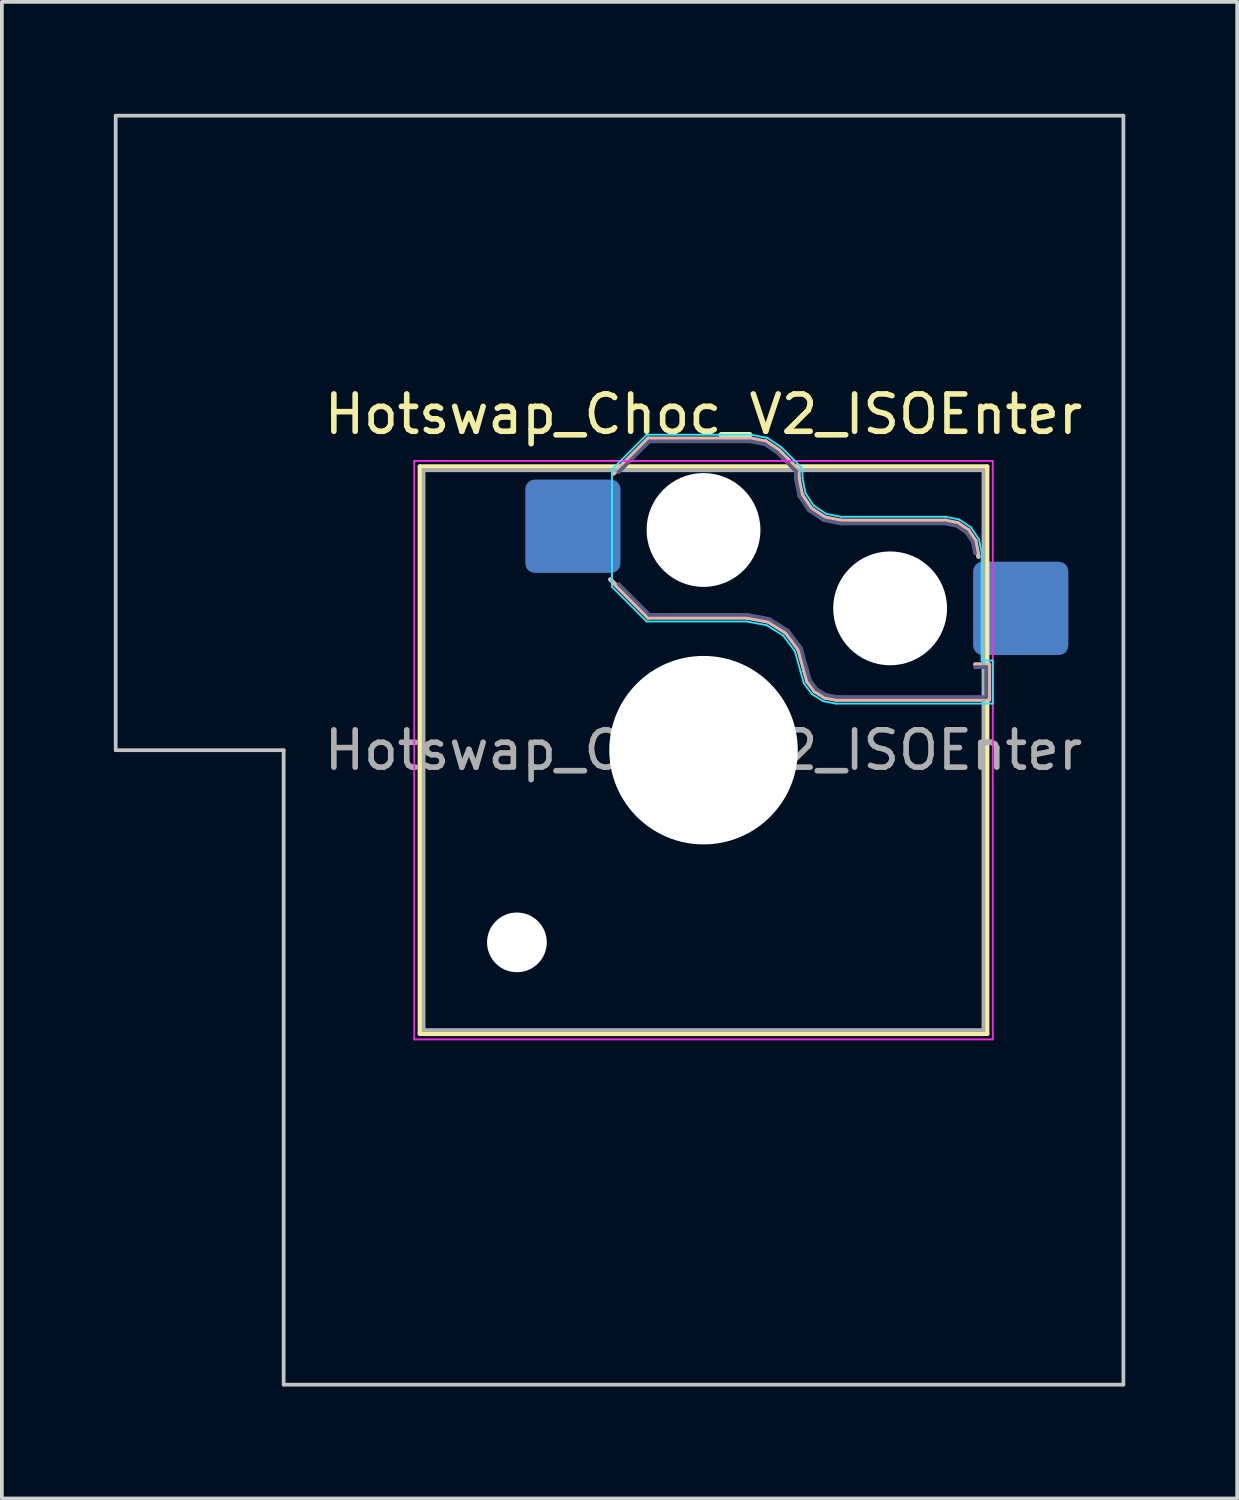
<source format=kicad_pcb>
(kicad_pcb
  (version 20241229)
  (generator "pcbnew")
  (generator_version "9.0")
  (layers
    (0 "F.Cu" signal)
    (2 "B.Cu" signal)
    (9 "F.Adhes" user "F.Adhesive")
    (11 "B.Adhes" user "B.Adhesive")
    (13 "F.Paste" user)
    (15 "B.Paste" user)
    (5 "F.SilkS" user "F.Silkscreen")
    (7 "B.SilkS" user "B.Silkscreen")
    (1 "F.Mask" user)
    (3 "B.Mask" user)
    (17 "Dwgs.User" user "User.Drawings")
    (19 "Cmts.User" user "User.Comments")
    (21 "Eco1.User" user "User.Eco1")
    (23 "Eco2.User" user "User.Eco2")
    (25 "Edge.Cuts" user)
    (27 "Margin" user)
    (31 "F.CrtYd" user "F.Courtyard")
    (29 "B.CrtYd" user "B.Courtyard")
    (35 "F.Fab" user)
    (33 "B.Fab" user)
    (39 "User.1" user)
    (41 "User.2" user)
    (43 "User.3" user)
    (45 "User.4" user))
  (footprint "Hotswap_Choc_V2_ISOEnter"
    (layer "F.Cu")
    (at 15.8 17.05)
    (property "Reference" "Hotswap_Choc_V2_ISOEnter" (at 0 -9 0) (layer "F.SilkS") (effects (font (size 1 1) (thickness 0.15))))
    (attr smd)
    (fp_line (start -7.6 -7.6) (end -7.6 7.6) (stroke (width 0.12) (type solid)) (layer "F.SilkS"))
    (fp_line (start -7.6 7.6) (end 7.6 7.6) (stroke (width 0.12) (type solid)) (layer "F.SilkS"))
    (fp_line (start 7.6 -7.6) (end -7.6 -7.6) (stroke (width 0.12) (type solid)) (layer "F.SilkS"))
    (fp_line (start 7.6 7.6) (end 7.6 -7.6) (stroke (width 0.12) (type solid)) (layer "F.SilkS"))
    (fp_line (start -2.416 -7.409) (end -1.479 -8.346) (stroke (width 0.12) (type solid)) (layer "B.SilkS"))
    (fp_line (start -1.479 -8.346) (end 1.268 -8.346) (stroke (width 0.12) (type solid)) (layer "B.SilkS"))
    (fp_line (start -1.479 -3.554) (end -2.5 -4.575) (stroke (width 0.12) (type solid)) (layer "B.SilkS"))
    (fp_line (start 1.168 -3.554) (end -1.479 -3.554) (stroke (width 0.12) (type solid)) (layer "B.SilkS"))
    (fp_line (start 1.268 -8.346) (end 1.671 -8.266) (stroke (width 0.12) (type solid)) (layer "B.SilkS"))
    (fp_line (start 1.671 -8.266) (end 2.013 -8.037) (stroke (width 0.12) (type solid)) (layer "B.SilkS"))
    (fp_line (start 1.73 -3.449) (end 1.168 -3.554) (stroke (width 0.12) (type solid)) (layer "B.SilkS"))
    (fp_line (start 2.013 -8.037) (end 2.546 -7.504) (stroke (width 0.12) (type solid)) (layer "B.SilkS"))
    (fp_line (start 2.209 -3.15) (end 1.73 -3.449) (stroke (width 0.12) (type solid)) (layer "B.SilkS"))
    (fp_line (start 2.546 -7.504) (end 2.546 -7.282) (stroke (width 0.12) (type solid)) (layer "B.SilkS"))
    (fp_line (start 2.546 -7.282) (end 2.633 -6.844) (stroke (width 0.12) (type solid)) (layer "B.SilkS"))
    (fp_line (start 2.547 -2.697) (end 2.209 -3.15) (stroke (width 0.12) (type solid)) (layer "B.SilkS"))
    (fp_line (start 2.633 -6.844) (end 2.877 -6.477) (stroke (width 0.12) (type solid)) (layer "B.SilkS"))
    (fp_line (start 2.701 -2.139) (end 2.547 -2.697) (stroke (width 0.12) (type solid)) (layer "B.SilkS"))
    (fp_line (start 2.783 -1.841) (end 2.701 -2.139) (stroke (width 0.12) (type solid)) (layer "B.SilkS"))
    (fp_line (start 2.877 -6.477) (end 3.244 -6.233) (stroke (width 0.12) (type solid)) (layer "B.SilkS"))
    (fp_line (start 2.976 -1.583) (end 2.783 -1.841) (stroke (width 0.12) (type solid)) (layer "B.SilkS"))
    (fp_line (start 3.244 -6.233) (end 3.682 -6.146) (stroke (width 0.12) (type solid)) (layer "B.SilkS"))
    (fp_line (start 3.25 -1.413) (end 2.976 -1.583) (stroke (width 0.12) (type solid)) (layer "B.SilkS"))
    (fp_line (start 3.56 -1.354) (end 3.25 -1.413) (stroke (width 0.12) (type solid)) (layer "B.SilkS"))
    (fp_line (start 3.682 -6.146) (end 6.482 -6.146) (stroke (width 0.12) (type solid)) (layer "B.SilkS"))
    (fp_line (start 6.482 -6.146) (end 6.809 -6.081) (stroke (width 0.12) (type solid)) (layer "B.SilkS"))
    (fp_line (start 6.809 -6.081) (end 7.092 -5.892) (stroke (width 0.12) (type solid)) (layer "B.SilkS"))
    (fp_line (start 7.092 -5.892) (end 7.281 -5.609) (stroke (width 0.12) (type solid)) (layer "B.SilkS"))
    (fp_line (start 7.281 -5.609) (end 7.366 -5.182) (stroke (width 0.12) (type solid)) (layer "B.SilkS"))
    (fp_line (start 7.283 -2.296) (end 7.646 -2.296) (stroke (width 0.12) (type solid)) (layer "B.SilkS"))
    (fp_line (start 7.646 -2.296) (end 7.646 -1.354) (stroke (width 0.12) (type solid)) (layer "B.SilkS"))
    (fp_line (start 7.646 -1.354) (end 3.56 -1.354) (stroke (width 0.12) (type solid)) (layer "B.SilkS"))
    (fp_line (start -15.75 -17) (end -15.75 0) (stroke (width 0.1) (type solid)) (layer "Dwgs.User"))
    (fp_line (start -15.75 0) (end -11.25 0) (stroke (width 0.1) (type solid)) (layer "Dwgs.User"))
    (fp_line (start -11.25 0) (end -11.25 17) (stroke (width 0.1) (type solid)) (layer "Dwgs.User"))
    (fp_line (start -11.25 17) (end 11.25 17) (stroke (width 0.1) (type solid)) (layer "Dwgs.User"))
    (fp_line (start 11.25 -17) (end -15.75 -17) (stroke (width 0.1) (type solid)) (layer "Dwgs.User"))
    (fp_line (start 11.25 17) (end 11.25 -17) (stroke (width 0.1) (type solid)) (layer "Dwgs.User"))
    (fp_line (start -7.25 -7.25) (end -7.25 7.25) (stroke (width 0.1) (type solid)) (layer "Eco1.User"))
    (fp_line (start -7.25 7.25) (end 7.25 7.25) (stroke (width 0.1) (type solid)) (layer "Eco1.User"))
    (fp_line (start 7.25 -7.25) (end -7.25 -7.25) (stroke (width 0.1) (type solid)) (layer "Eco1.User"))
    (fp_line (start 7.25 7.25) (end 7.25 -7.25) (stroke (width 0.1) (type solid)) (layer "Eco1.User"))
    (fp_line (start -2.452 -7.523) (end -1.523 -8.452) (stroke (width 0.05) (type solid)) (layer "B.CrtYd"))
    (fp_line (start -2.452 -4.377) (end -2.452 -7.523) (stroke (width 0.05) (type solid)) (layer "B.CrtYd"))
    (fp_line (start -1.523 -8.452) (end 1.278 -8.452) (stroke (width 0.05) (type solid)) (layer "B.CrtYd"))
    (fp_line (start -1.523 -3.448) (end -2.452 -4.377) (stroke (width 0.05) (type solid)) (layer "B.CrtYd"))
    (fp_line (start 1.159 -3.448) (end -1.523 -3.448) (stroke (width 0.05) (type solid)) (layer "B.CrtYd"))
    (fp_line (start 1.278 -8.452) (end 1.712 -8.366) (stroke (width 0.05) (type solid)) (layer "B.CrtYd"))
    (fp_line (start 1.691 -3.348) (end 1.159 -3.448) (stroke (width 0.05) (type solid)) (layer "B.CrtYd"))
    (fp_line (start 1.712 -8.366) (end 2.081 -8.119) (stroke (width 0.05) (type solid)) (layer "B.CrtYd"))
    (fp_line (start 2.081 -8.119) (end 2.652 -7.548) (stroke (width 0.05) (type solid)) (layer "B.CrtYd"))
    (fp_line (start 2.136 -3.071) (end 1.691 -3.348) (stroke (width 0.05) (type solid)) (layer "B.CrtYd"))
    (fp_line (start 2.45 -2.65) (end 2.136 -3.071) (stroke (width 0.05) (type solid)) (layer "B.CrtYd"))
    (fp_line (start 2.599 -2.111) (end 2.45 -2.65) (stroke (width 0.05) (type solid)) (layer "B.CrtYd"))
    (fp_line (start 2.652 -7.548) (end 2.652 -7.292) (stroke (width 0.05) (type solid)) (layer "B.CrtYd"))
    (fp_line (start 2.652 -7.292) (end 2.733 -6.885) (stroke (width 0.05) (type solid)) (layer "B.CrtYd"))
    (fp_line (start 2.687 -1.794) (end 2.599 -2.111) (stroke (width 0.05) (type solid)) (layer "B.CrtYd"))
    (fp_line (start 2.733 -6.885) (end 2.953 -6.553) (stroke (width 0.05) (type solid)) (layer "B.CrtYd"))
    (fp_line (start 2.903 -1.503) (end 2.687 -1.794) (stroke (width 0.05) (type solid)) (layer "B.CrtYd"))
    (fp_line (start 2.953 -6.553) (end 3.285 -6.333) (stroke (width 0.05) (type solid)) (layer "B.CrtYd"))
    (fp_line (start 3.211 -1.312) (end 2.903 -1.503) (stroke (width 0.05) (type solid)) (layer "B.CrtYd"))
    (fp_line (start 3.285 -6.333) (end 3.692 -6.252) (stroke (width 0.05) (type solid)) (layer "B.CrtYd"))
    (fp_line (start 3.55 -1.248) (end 3.211 -1.312) (stroke (width 0.05) (type solid)) (layer "B.CrtYd"))
    (fp_line (start 3.692 -6.252) (end 6.492 -6.252) (stroke (width 0.05) (type solid)) (layer "B.CrtYd"))
    (fp_line (start 6.492 -6.252) (end 6.85 -6.181) (stroke (width 0.05) (type solid)) (layer "B.CrtYd"))
    (fp_line (start 6.85 -6.181) (end 7.168 -5.968) (stroke (width 0.05) (type solid)) (layer "B.CrtYd"))
    (fp_line (start 7.168 -5.968) (end 7.381 -5.65) (stroke (width 0.05) (type solid)) (layer "B.CrtYd"))
    (fp_line (start 7.381 -5.65) (end 7.452 -5.292) (stroke (width 0.05) (type solid)) (layer "B.CrtYd"))
    (fp_line (start 7.452 -5.292) (end 7.452 -2.402) (stroke (width 0.05) (type solid)) (layer "B.CrtYd"))
    (fp_line (start 7.452 -2.402) (end 7.752 -2.402) (stroke (width 0.05) (type solid)) (layer "B.CrtYd"))
    (fp_line (start 7.752 -2.402) (end 7.752 -1.248) (stroke (width 0.05) (type solid)) (layer "B.CrtYd"))
    (fp_line (start 7.752 -1.248) (end 3.55 -1.248) (stroke (width 0.05) (type solid)) (layer "B.CrtYd"))
    (fp_line (start -7.75 -7.75) (end -7.75 7.75) (stroke (width 0.05) (type solid)) (layer "F.CrtYd"))
    (fp_line (start -7.75 7.75) (end 7.75 7.75) (stroke (width 0.05) (type solid)) (layer "F.CrtYd"))
    (fp_line (start 7.75 -7.75) (end -7.75 -7.75) (stroke (width 0.05) (type solid)) (layer "F.CrtYd"))
    (fp_line (start 7.75 7.75) (end 7.75 -7.75) (stroke (width 0.05) (type solid)) (layer "F.CrtYd"))
    (fp_line (start -2.275 -7.45) (end -1.45 -8.275) (stroke (width 0.1) (type solid)) (layer "B.Fab"))
    (fp_line (start -1.45 -8.275) (end 1.261 -8.275) (stroke (width 0.1) (type solid)) (layer "B.Fab"))
    (fp_line (start -1.45 -3.625) (end -2.275 -4.45) (stroke (width 0.1) (type solid)) (layer "B.Fab"))
    (fp_line (start 1.175 -3.625) (end -1.45 -3.625) (stroke (width 0.1) (type solid)) (layer "B.Fab"))
    (fp_line (start 1.261 -8.275) (end 1.643 -8.199) (stroke (width 0.1) (type solid)) (layer "B.Fab"))
    (fp_line (start 1.643 -8.199) (end 1.968 -7.982) (stroke (width 0.1) (type solid)) (layer "B.Fab"))
    (fp_line (start 1.756 -3.516) (end 1.175 -3.625) (stroke (width 0.1) (type solid)) (layer "B.Fab"))
    (fp_line (start 1.968 -7.982) (end 2.475 -7.475) (stroke (width 0.1) (type solid)) (layer "B.Fab"))
    (fp_line (start 2.258 -3.203) (end 1.756 -3.516) (stroke (width 0.1) (type solid)) (layer "B.Fab"))
    (fp_line (start 2.475 -7.475) (end 2.475 -7.275) (stroke (width 0.1) (type solid)) (layer "B.Fab"))
    (fp_line (start 2.475 -7.275) (end 2.566 -6.816) (stroke (width 0.1) (type solid)) (layer "B.Fab"))
    (fp_line (start 2.566 -6.816) (end 2.826 -6.426) (stroke (width 0.1) (type solid)) (layer "B.Fab"))
    (fp_line (start 2.612 -2.729) (end 2.258 -3.203) (stroke (width 0.1) (type solid)) (layer "B.Fab"))
    (fp_line (start 2.769 -2.158) (end 2.612 -2.729) (stroke (width 0.1) (type solid)) (layer "B.Fab"))
    (fp_line (start 2.826 -6.426) (end 3.216 -6.166) (stroke (width 0.1) (type solid)) (layer "B.Fab"))
    (fp_line (start 2.848 -1.873) (end 2.769 -2.158) (stroke (width 0.1) (type solid)) (layer "B.Fab"))
    (fp_line (start 3.025 -1.636) (end 2.848 -1.873) (stroke (width 0.1) (type solid)) (layer "B.Fab"))
    (fp_line (start 3.216 -6.166) (end 3.675 -6.075) (stroke (width 0.1) (type solid)) (layer "B.Fab"))
    (fp_line (start 3.276 -1.48) (end 3.025 -1.636) (stroke (width 0.1) (type solid)) (layer "B.Fab"))
    (fp_line (start 3.567 -1.425) (end 3.276 -1.48) (stroke (width 0.1) (type solid)) (layer "B.Fab"))
    (fp_line (start 3.675 -6.075) (end 6.475 -6.075) (stroke (width 0.1) (type solid)) (layer "B.Fab"))
    (fp_line (start 6.475 -6.075) (end 6.781 -6.014) (stroke (width 0.1) (type solid)) (layer "B.Fab"))
    (fp_line (start 6.781 -6.014) (end 7.041 -5.841) (stroke (width 0.1) (type solid)) (layer "B.Fab"))
    (fp_line (start 7.041 -5.841) (end 7.214 -5.581) (stroke (width 0.1) (type solid)) (layer "B.Fab"))
    (fp_line (start 7.214 -5.581) (end 7.275 -5.275) (stroke (width 0.1) (type solid)) (layer "B.Fab"))
    (fp_line (start 7.275 -2.225) (end 7.575 -2.225) (stroke (width 0.1) (type solid)) (layer "B.Fab"))
    (fp_line (start 7.575 -2.225) (end 7.575 -1.425) (stroke (width 0.1) (type solid)) (layer "B.Fab"))
    (fp_line (start 7.575 -1.425) (end 3.567 -1.425) (stroke (width 0.1) (type solid)) (layer "B.Fab"))
    (fp_line (start -7.5 -7.5) (end -7.5 7.5) (stroke (width 0.1) (type solid)) (layer "F.Fab"))
    (fp_line (start -7.5 7.5) (end 7.5 7.5) (stroke (width 0.1) (type solid)) (layer "F.Fab"))
    (fp_line (start 7.5 -7.5) (end -7.5 -7.5) (stroke (width 0.1) (type solid)) (layer "F.Fab"))
    (fp_line (start 7.5 7.5) (end 7.5 -7.5) (stroke (width 0.1) (type solid)) (layer "F.Fab"))
    (fp_text user "${REFERENCE}" (at 0 0 0) (layer "F.Fab") (effects (font (size 1 1) (thickness 0.15))))
    (pad "" np_thru_hole circle (at -5 5.15) (size 1.6 1.6) (drill 1.6) (layers "*.Cu" "*.Mask"))
    (pad "" np_thru_hole circle (at 0 -5.9) (size 3.05 3.05) (drill 3.05) (layers "*.Cu" "*.Mask"))
    (pad "" np_thru_hole circle (at 0 0) (size 5.05 5.05) (drill 5.05) (layers "*.Cu" "*.Mask"))
    (pad "" np_thru_hole circle (at 5 -3.8) (size 3.05 3.05) (drill 3.05) (layers "*.Cu" "*.Mask"))
    (pad "1" smd roundrect (at -3.5 -6) (size 2.55 2.5) (layers "B.Cu" "B.Mask" "B.Paste") (roundrect_rratio 0.1))
    (pad "2" smd roundrect (at 8.5 -3.8) (size 2.55 2.5) (layers "B.Cu" "B.Mask" "B.Paste") (roundrect_rratio 0.1)))
  (gr_rect
    (start -3 -3)
    (end 30.1 37.1)
    (stroke (width 0.1) (type default))
    (fill no)
    (layer "Edge.Cuts")))
</source>
